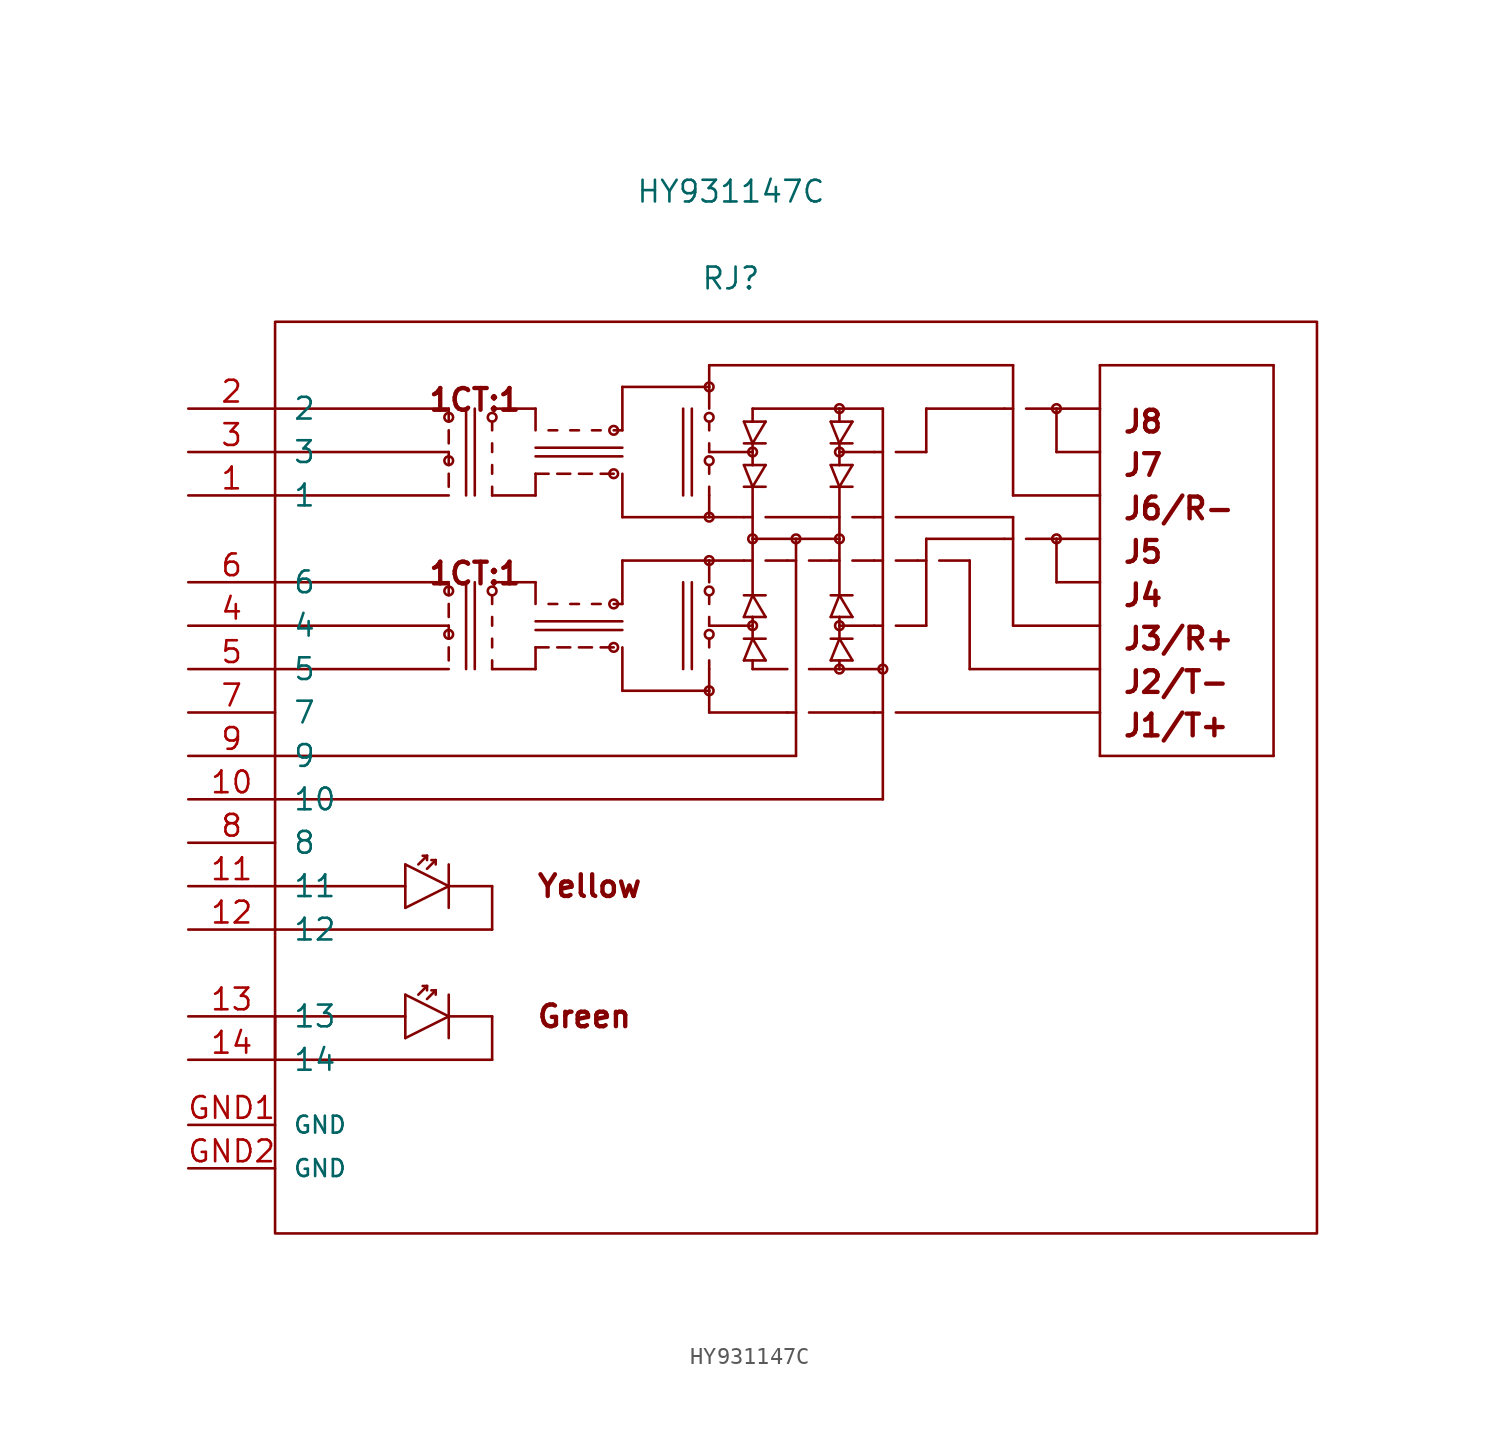
<source format=kicad_sym>
(kicad_symbol_lib
  (version 20220914)
  (generator kicad_symbol_editor)
  (symbol "HY931147C"
    (pin_names
      (offset 1.016))
    (property "Reference" "RJ"
      (at 0 29.21 0)
      (effects (font (size 1.27 1.27))))
    (property "Value" "HY931147C"
      (at 0 34.29 0)
      (effects (font (size 1.27 1.27))))
    (symbol "HY931147C_1_1"
      (rectangle (start -26.67 26.67) (end 34.29 -26.67) (stroke (width 0.152) (type solid)) (fill (type none)))
      (circle (center -16.51 8.382) (radius 0.254) (stroke (width 0.152) (type solid)) (fill (type none)))
      (circle (center -16.51 10.922) (radius 0.254) (stroke (width 0.152) (type solid)) (fill (type none)))
      (circle (center -16.51 18.542) (radius 0.254) (stroke (width 0.152) (type solid)) (fill (type none)))
      (circle (center -16.51 21.082) (radius 0.254) (stroke (width 0.152) (type solid)) (fill (type none)))
      (circle (center -13.97 10.922) (radius 0.254) (stroke (width 0.152) (type solid)) (fill (type none)))
      (circle (center -13.97 21.082) (radius 0.254) (stroke (width 0.152) (type solid)) (fill (type none)))
      (circle (center -6.858 7.62) (radius 0.254) (stroke (width 0.152) (type solid)) (fill (type none)))
      (circle (center -6.858 10.16) (radius 0.254) (stroke (width 0.152) (type solid)) (fill (type none)))
      (circle (center -6.858 17.78) (radius 0.254) (stroke (width 0.152) (type solid)) (fill (type none)))
      (circle (center -6.858 20.32) (radius 0.254) (stroke (width 0.152) (type solid)) (fill (type none)))
      (circle (center -1.27 5.08) (radius 0.254) (stroke (width 0.152) (type solid)) (fill (type none)))
      (circle (center -1.27 8.382) (radius 0.254) (stroke (width 0.152) (type solid)) (fill (type none)))
      (circle (center -1.27 10.922) (radius 0.254) (stroke (width 0.152) (type solid)) (fill (type none)))
      (circle (center -1.27 12.7) (radius 0.254) (stroke (width 0.152) (type solid)) (fill (type none)))
      (circle (center -1.27 15.24) (radius 0.254) (stroke (width 0.152) (type solid)) (fill (type none)))
      (circle (center -1.27 18.542) (radius 0.254) (stroke (width 0.152) (type solid)) (fill (type none)))
      (circle (center -1.27 21.082) (radius 0.254) (stroke (width 0.152) (type solid)) (fill (type none)))
      (circle (center -1.27 22.86) (radius 0.254) (stroke (width 0.152) (type solid)) (fill (type none)))
      (polyline (pts (xy -26.67 -16.51) (xy -26.67 -13.97)) (stroke (width 0.152) (type solid)) (fill (type none)))
      (polyline (pts (xy -26.67 -16.51) (xy -13.97 -16.51)) (stroke (width 0.152) (type solid)) (fill (type none)))
      (polyline (pts (xy -26.67 -13.97) (xy -19.05 -13.97)) (stroke (width 0.152) (type solid)) (fill (type none)))
      (polyline (pts (xy -26.67 -8.89) (xy -13.97 -8.89)) (stroke (width 0.152) (type solid)) (fill (type none)))
      (polyline (pts (xy -26.67 -6.35) (xy -19.05 -6.35)) (stroke (width 0.152) (type solid)) (fill (type none)))
      (polyline (pts (xy -26.67 -1.27) (xy 8.89 -1.27)) (stroke (width 0.152) (type solid)) (fill (type none)))
      (polyline (pts (xy -26.67 1.27) (xy 3.81 1.27)) (stroke (width 0.152) (type solid)) (fill (type none)))
      (polyline (pts (xy -26.67 6.35) (xy -16.51 6.35)) (stroke (width 0.152) (type solid)) (fill (type none)))
      (polyline (pts (xy -26.67 8.89) (xy -16.51 8.89)) (stroke (width 0.152) (type solid)) (fill (type none)))
      (polyline (pts (xy -26.67 19.05) (xy -16.51 19.05)) (stroke (width 0.152) (type solid)) (fill (type none)))
      (polyline (pts (xy -26.67 21.59) (xy -16.51 21.59)) (stroke (width 0.152) (type solid)) (fill (type none)))
      (polyline (pts (xy -19.05 -15.24) (xy -16.51 -13.97)) (stroke (width 0.152) (type solid)) (fill (type none)))
      (polyline (pts (xy -19.05 -12.7) (xy -19.05 -15.24)) (stroke (width 0.152) (type solid)) (fill (type none)))
      (polyline (pts (xy -19.05 -7.62) (xy -16.51 -6.35)) (stroke (width 0.152) (type solid)) (fill (type none)))
      (polyline (pts (xy -19.05 -5.08) (xy -19.05 -7.62)) (stroke (width 0.152) (type solid)) (fill (type none)))
      (polyline (pts (xy -18.288 -12.7) (xy -17.78 -12.192)) (stroke (width 0.152) (type solid)) (fill (type none)))
      (polyline (pts (xy -18.288 -5.08) (xy -17.78 -4.572)) (stroke (width 0.152) (type solid)) (fill (type none)))
      (polyline (pts (xy -17.78 -12.954) (xy -17.272 -12.446)) (stroke (width 0.152) (type solid)) (fill (type none)))
      (polyline (pts (xy -17.78 -12.446) (xy -17.78 -12.192)) (stroke (width 0.152) (type solid)) (fill (type none)))
      (polyline (pts (xy -17.78 -12.192) (xy -18.034 -12.192)) (stroke (width 0.152) (type solid)) (fill (type none)))
      (polyline (pts (xy -17.78 -5.334) (xy -17.272 -4.826)) (stroke (width 0.152) (type solid)) (fill (type none)))
      (polyline (pts (xy -17.78 -4.826) (xy -17.78 -4.572)) (stroke (width 0.152) (type solid)) (fill (type none)))
      (polyline (pts (xy -17.78 -4.572) (xy -18.034 -4.572)) (stroke (width 0.152) (type solid)) (fill (type none)))
      (polyline (pts (xy -17.526 -12.446) (xy -17.272 -12.446)) (stroke (width 0.152) (type solid)) (fill (type none)))
      (polyline (pts (xy -17.526 -4.826) (xy -17.272 -4.826)) (stroke (width 0.152) (type solid)) (fill (type none)))
      (polyline (pts (xy -17.272 -12.446) (xy -17.272 -12.7)) (stroke (width 0.152) (type solid)) (fill (type none)))
      (polyline (pts (xy -17.272 -4.826) (xy -17.272 -5.08)) (stroke (width 0.152) (type solid)) (fill (type none)))
      (polyline (pts (xy -16.51 -13.97) (xy -19.05 -12.7)) (stroke (width 0.152) (type solid)) (fill (type none)))
      (polyline (pts (xy -16.51 -13.97) (xy -16.51 -15.24)) (stroke (width 0.152) (type solid)) (fill (type none)))
      (polyline (pts (xy -16.51 -12.7) (xy -16.51 -13.97)) (stroke (width 0.152) (type solid)) (fill (type none)))
      (polyline (pts (xy -16.51 -6.35) (xy -19.05 -5.08)) (stroke (width 0.152) (type solid)) (fill (type none)))
      (polyline (pts (xy -16.51 -6.35) (xy -16.51 -7.62)) (stroke (width 0.152) (type solid)) (fill (type none)))
      (polyline (pts (xy -16.51 -5.08) (xy -16.51 -6.35)) (stroke (width 0.152) (type solid)) (fill (type none)))
      (polyline (pts (xy -16.51 6.858) (xy -16.51 7.62)) (stroke (width 0.152) (type solid)) (fill (type none)))
      (polyline (pts (xy -16.51 8.128) (xy -16.51 8.89)) (stroke (width 0.152) (type solid)) (fill (type none)))
      (polyline (pts (xy -16.51 9.398) (xy -16.51 10.16)) (stroke (width 0.152) (type solid)) (fill (type none)))
      (polyline (pts (xy -16.51 10.668) (xy -16.51 11.43)) (stroke (width 0.152) (type solid)) (fill (type none)))
      (polyline (pts (xy -16.51 11.43) (xy -26.67 11.43)) (stroke (width 0.152) (type solid)) (fill (type none)))
      (polyline (pts (xy -16.51 16.51) (xy -26.67 16.51)) (stroke (width 0.152) (type solid)) (fill (type none)))
      (polyline (pts (xy -16.51 17.018) (xy -16.51 17.78)) (stroke (width 0.152) (type solid)) (fill (type none)))
      (polyline (pts (xy -16.51 18.288) (xy -16.51 19.05)) (stroke (width 0.152) (type solid)) (fill (type none)))
      (polyline (pts (xy -16.51 19.558) (xy -16.51 20.32)) (stroke (width 0.152) (type solid)) (fill (type none)))
      (polyline (pts (xy -16.51 20.828) (xy -16.51 21.59)) (stroke (width 0.152) (type solid)) (fill (type none)))
      (polyline (pts (xy -15.494 6.35) (xy -15.494 11.43)) (stroke (width 0.152) (type solid)) (fill (type none)))
      (polyline (pts (xy -15.494 16.51) (xy -15.494 21.59)) (stroke (width 0.152) (type solid)) (fill (type none)))
      (polyline (pts (xy -14.986 6.35) (xy -14.986 11.43)) (stroke (width 0.152) (type solid)) (fill (type none)))
      (polyline (pts (xy -14.986 16.51) (xy -14.986 21.59)) (stroke (width 0.152) (type solid)) (fill (type none)))
      (polyline (pts (xy -13.97 -16.51) (xy -13.97 -13.97)) (stroke (width 0.152) (type solid)) (fill (type none)))
      (polyline (pts (xy -13.97 -13.97) (xy -16.51 -13.97)) (stroke (width 0.152) (type solid)) (fill (type none)))
      (polyline (pts (xy -13.97 -8.89) (xy -13.97 -6.35)) (stroke (width 0.152) (type solid)) (fill (type none)))
      (polyline (pts (xy -13.97 -6.35) (xy -16.51 -6.35)) (stroke (width 0.152) (type solid)) (fill (type none)))
      (polyline (pts (xy -13.97 6.35) (xy -11.43 6.35)) (stroke (width 0.152) (type solid)) (fill (type none)))
      (polyline (pts (xy -13.97 6.858) (xy -13.97 6.35)) (stroke (width 0.152) (type solid)) (fill (type none)))
      (polyline (pts (xy -13.97 8.128) (xy -13.97 7.62)) (stroke (width 0.152) (type solid)) (fill (type none)))
      (polyline (pts (xy -13.97 9.398) (xy -13.97 8.89)) (stroke (width 0.152) (type solid)) (fill (type none)))
      (polyline (pts (xy -13.97 10.668) (xy -13.97 10.16)) (stroke (width 0.152) (type solid)) (fill (type none)))
      (polyline (pts (xy -13.97 11.43) (xy -11.43 11.43)) (stroke (width 0.152) (type solid)) (fill (type none)))
      (polyline (pts (xy -13.97 16.51) (xy -11.43 16.51)) (stroke (width 0.152) (type solid)) (fill (type none)))
      (polyline (pts (xy -13.97 17.018) (xy -13.97 16.51)) (stroke (width 0.152) (type solid)) (fill (type none)))
      (polyline (pts (xy -13.97 18.288) (xy -13.97 17.78)) (stroke (width 0.152) (type solid)) (fill (type none)))
      (polyline (pts (xy -13.97 19.558) (xy -13.97 19.05)) (stroke (width 0.152) (type solid)) (fill (type none)))
      (polyline (pts (xy -13.97 20.828) (xy -13.97 20.32)) (stroke (width 0.152) (type solid)) (fill (type none)))
      (polyline (pts (xy -13.97 21.59) (xy -11.43 21.59)) (stroke (width 0.152) (type solid)) (fill (type none)))
      (polyline (pts (xy -11.43 6.35) (xy -11.43 7.62)) (stroke (width 0.152) (type solid)) (fill (type none)))
      (polyline (pts (xy -11.43 8.636) (xy -6.35 8.636)) (stroke (width 0.152) (type solid)) (fill (type none)))
      (polyline (pts (xy -11.43 9.144) (xy -6.35 9.144)) (stroke (width 0.152) (type solid)) (fill (type none)))
      (polyline (pts (xy -11.43 11.43) (xy -11.43 10.16)) (stroke (width 0.152) (type solid)) (fill (type none)))
      (polyline (pts (xy -11.43 16.51) (xy -11.43 17.78)) (stroke (width 0.152) (type solid)) (fill (type none)))
      (polyline (pts (xy -11.43 18.796) (xy -6.35 18.796)) (stroke (width 0.152) (type solid)) (fill (type none)))
      (polyline (pts (xy -11.43 19.304) (xy -6.35 19.304)) (stroke (width 0.152) (type solid)) (fill (type none)))
      (polyline (pts (xy -11.43 21.59) (xy -11.43 20.32)) (stroke (width 0.152) (type solid)) (fill (type none)))
      (polyline (pts (xy -10.668 7.62) (xy -11.43 7.62)) (stroke (width 0.152) (type solid)) (fill (type none)))
      (polyline (pts (xy -10.668 10.16) (xy -10.16 10.16)) (stroke (width 0.152) (type solid)) (fill (type none)))
      (polyline (pts (xy -10.668 17.78) (xy -11.43 17.78)) (stroke (width 0.152) (type solid)) (fill (type none)))
      (polyline (pts (xy -10.668 20.32) (xy -10.16 20.32)) (stroke (width 0.152) (type solid)) (fill (type none)))
      (polyline (pts (xy -9.398 7.62) (xy -10.16 7.62)) (stroke (width 0.152) (type solid)) (fill (type none)))
      (polyline (pts (xy -9.398 10.16) (xy -8.89 10.16)) (stroke (width 0.152) (type solid)) (fill (type none)))
      (polyline (pts (xy -9.398 17.78) (xy -10.16 17.78)) (stroke (width 0.152) (type solid)) (fill (type none)))
      (polyline (pts (xy -9.398 20.32) (xy -8.89 20.32)) (stroke (width 0.152) (type solid)) (fill (type none)))
      (polyline (pts (xy -8.128 7.62) (xy -8.89 7.62)) (stroke (width 0.152) (type solid)) (fill (type none)))
      (polyline (pts (xy -8.128 10.16) (xy -7.62 10.16)) (stroke (width 0.152) (type solid)) (fill (type none)))
      (polyline (pts (xy -8.128 17.78) (xy -8.89 17.78)) (stroke (width 0.152) (type solid)) (fill (type none)))
      (polyline (pts (xy -8.128 20.32) (xy -7.62 20.32)) (stroke (width 0.152) (type solid)) (fill (type none)))
      (polyline (pts (xy -6.858 7.62) (xy -7.62 7.62)) (stroke (width 0.152) (type solid)) (fill (type none)))
      (polyline (pts (xy -6.858 10.16) (xy -6.35 10.16)) (stroke (width 0.152) (type solid)) (fill (type none)))
      (polyline (pts (xy -6.858 17.78) (xy -7.62 17.78)) (stroke (width 0.152) (type solid)) (fill (type none)))
      (polyline (pts (xy -6.858 20.32) (xy -6.35 20.32)) (stroke (width 0.152) (type solid)) (fill (type none)))
      (polyline (pts (xy -6.35 5.08) (xy -1.27 5.08)) (stroke (width 0.152) (type solid)) (fill (type none)))
      (polyline (pts (xy -6.35 7.62) (xy -6.35 5.08)) (stroke (width 0.152) (type solid)) (fill (type none)))
      (polyline (pts (xy -6.35 10.16) (xy -6.35 12.7)) (stroke (width 0.152) (type solid)) (fill (type none)))
      (polyline (pts (xy -6.35 12.7) (xy -1.27 12.7)) (stroke (width 0.152) (type solid)) (fill (type none)))
      (polyline (pts (xy -6.35 15.24) (xy -1.27 15.24)) (stroke (width 0.152) (type solid)) (fill (type none)))
      (polyline (pts (xy -6.35 17.78) (xy -6.35 15.24)) (stroke (width 0.152) (type solid)) (fill (type none)))
      (polyline (pts (xy -6.35 20.32) (xy -6.35 22.86)) (stroke (width 0.152) (type solid)) (fill (type none)))
      (polyline (pts (xy -6.35 22.86) (xy -1.27 22.86)) (stroke (width 0.152) (type solid)) (fill (type none)))
      (polyline (pts (xy -2.794 11.43) (xy -2.794 6.35)) (stroke (width 0.152) (type solid)) (fill (type none)))
      (polyline (pts (xy -2.794 21.59) (xy -2.794 16.51)) (stroke (width 0.152) (type solid)) (fill (type none)))
      (polyline (pts (xy -2.286 11.43) (xy -2.286 6.35)) (stroke (width 0.152) (type solid)) (fill (type none)))
      (polyline (pts (xy -2.286 21.59) (xy -2.286 16.51)) (stroke (width 0.152) (type solid)) (fill (type none)))
      (polyline (pts (xy -1.27 3.81) (xy 3.302 3.81)) (stroke (width 0.152) (type solid)) (fill (type none)))
      (polyline (pts (xy -1.27 5.08) (xy -1.27 3.81)) (stroke (width 0.152) (type solid)) (fill (type none)))
      (polyline (pts (xy -1.27 5.08) (xy -1.27 6.35)) (stroke (width 0.152) (type solid)) (fill (type none)))
      (polyline (pts (xy -1.27 6.858) (xy -1.27 6.35)) (stroke (width 0.152) (type solid)) (fill (type none)))
      (polyline (pts (xy -1.27 8.128) (xy -1.27 7.62)) (stroke (width 0.152) (type solid)) (fill (type none)))
      (polyline (pts (xy -1.27 9.398) (xy -1.27 8.89)) (stroke (width 0.152) (type solid)) (fill (type none)))
      (polyline (pts (xy -1.27 10.668) (xy -1.27 10.16)) (stroke (width 0.152) (type solid)) (fill (type none)))
      (polyline (pts (xy -1.27 12.7) (xy -1.27 11.43)) (stroke (width 0.152) (type solid)) (fill (type none)))
      (polyline (pts (xy -1.27 12.7) (xy 0.762 12.7)) (stroke (width 0.152) (type solid)) (fill (type none)))
      (polyline (pts (xy -1.27 16.51) (xy -1.27 15.24)) (stroke (width 0.152) (type solid)) (fill (type none)))
      (polyline (pts (xy -1.27 17.018) (xy -1.27 16.51)) (stroke (width 0.152) (type solid)) (fill (type none)))
      (polyline (pts (xy -1.27 18.288) (xy -1.27 17.78)) (stroke (width 0.152) (type solid)) (fill (type none)))
      (polyline (pts (xy -1.27 19.558) (xy -1.27 19.05)) (stroke (width 0.152) (type solid)) (fill (type none)))
      (polyline (pts (xy -1.27 20.828) (xy -1.27 20.32)) (stroke (width 0.152) (type solid)) (fill (type none)))
      (polyline (pts (xy -1.27 22.86) (xy -1.27 21.59)) (stroke (width 0.152) (type solid)) (fill (type none)))
      (polyline (pts (xy -1.27 22.86) (xy -1.27 24.13)) (stroke (width 0.152) (type solid)) (fill (type none)))
      (polyline (pts (xy -1.27 24.13) (xy 16.51 24.13)) (stroke (width 0.152) (type solid)) (fill (type none)))
      (polyline (pts (xy 0.762 6.858) (xy 1.27 6.858)) (stroke (width 0.152) (type solid)) (fill (type none)))
      (polyline (pts (xy 0.762 8.128) (xy 1.27 8.128)) (stroke (width 0.152) (type solid)) (fill (type none)))
      (polyline (pts (xy 0.762 9.398) (xy 1.27 9.398)) (stroke (width 0.152) (type solid)) (fill (type none)))
      (polyline (pts (xy 0.762 10.668) (xy 1.27 10.668)) (stroke (width 0.152) (type solid)) (fill (type none)))
      (polyline (pts (xy 0.762 15.24) (xy -1.27 15.24)) (stroke (width 0.152) (type solid)) (fill (type none)))
      (polyline (pts (xy 0.762 18.288) (xy 1.27 17.018)) (stroke (width 0.152) (type solid)) (fill (type none)))
      (polyline (pts (xy 0.762 20.828) (xy 1.27 19.558)) (stroke (width 0.152) (type solid)) (fill (type none)))
      (polyline (pts (xy 1.27 6.35) (xy 3.302 6.35)) (stroke (width 0.152) (type solid)) (fill (type none)))
      (polyline (pts (xy 1.27 6.858) (xy 1.27 6.35)) (stroke (width 0.152) (type solid)) (fill (type none)))
      (polyline (pts (xy 1.27 6.858) (xy 2.032 6.858)) (stroke (width 0.152) (type solid)) (fill (type none)))
      (polyline (pts (xy 1.27 8.128) (xy 0.762 6.858)) (stroke (width 0.152) (type solid)) (fill (type none)))
      (polyline (pts (xy 1.27 8.128) (xy 1.27 8.89)) (stroke (width 0.152) (type solid)) (fill (type none)))
      (polyline (pts (xy 1.27 8.128) (xy 2.032 8.128)) (stroke (width 0.152) (type solid)) (fill (type none)))
      (polyline (pts (xy 1.27 8.89) (xy -1.27 8.89)) (stroke (width 0.152) (type solid)) (fill (type none)))
      (polyline (pts (xy 1.27 8.89) (xy 1.27 9.398)) (stroke (width 0.152) (type solid)) (fill (type none)))
      (polyline (pts (xy 1.27 9.398) (xy 2.032 9.398)) (stroke (width 0.152) (type solid)) (fill (type none)))
      (polyline (pts (xy 1.27 10.668) (xy 0.762 9.398)) (stroke (width 0.152) (type solid)) (fill (type none)))
      (polyline (pts (xy 1.27 10.668) (xy 2.032 10.668)) (stroke (width 0.152) (type solid)) (fill (type none)))
      (polyline (pts (xy 1.27 12.7) (xy 0.762 12.7)) (stroke (width 0.152) (type solid)) (fill (type none)))
      (polyline (pts (xy 1.27 13.97) (xy 1.27 10.668)) (stroke (width 0.152) (type solid)) (fill (type none)))
      (polyline (pts (xy 1.27 13.97) (xy 3.81 13.97)) (stroke (width 0.152) (type solid)) (fill (type none)))
      (polyline (pts (xy 1.27 15.24) (xy 0.762 15.24)) (stroke (width 0.152) (type solid)) (fill (type none)))
      (polyline (pts (xy 1.27 17.018) (xy 0.762 17.018)) (stroke (width 0.152) (type solid)) (fill (type none)))
      (polyline (pts (xy 1.27 17.018) (xy 1.27 13.97)) (stroke (width 0.152) (type solid)) (fill (type none)))
      (polyline (pts (xy 1.27 17.018) (xy 2.032 18.288)) (stroke (width 0.152) (type solid)) (fill (type none)))
      (polyline (pts (xy 1.27 18.288) (xy 0.762 18.288)) (stroke (width 0.152) (type solid)) (fill (type none)))
      (polyline (pts (xy 1.27 19.05) (xy -1.27 19.05)) (stroke (width 0.152) (type solid)) (fill (type none)))
      (polyline (pts (xy 1.27 19.05) (xy 1.27 18.288)) (stroke (width 0.152) (type solid)) (fill (type none)))
      (polyline (pts (xy 1.27 19.558) (xy 0.762 19.558)) (stroke (width 0.152) (type solid)) (fill (type none)))
      (polyline (pts (xy 1.27 19.558) (xy 1.27 19.05)) (stroke (width 0.152) (type solid)) (fill (type none)))
      (polyline (pts (xy 1.27 19.558) (xy 2.032 20.828)) (stroke (width 0.152) (type solid)) (fill (type none)))
      (polyline (pts (xy 1.27 20.828) (xy 0.762 20.828)) (stroke (width 0.152) (type solid)) (fill (type none)))
      (polyline (pts (xy 1.27 20.828) (xy 1.27 21.59)) (stroke (width 0.152) (type solid)) (fill (type none)))
      (polyline (pts (xy 1.27 21.59) (xy 6.35 21.59)) (stroke (width 0.152) (type solid)) (fill (type none)))
      (polyline (pts (xy 2.032 6.858) (xy 1.27 8.128)) (stroke (width 0.152) (type solid)) (fill (type none)))
      (polyline (pts (xy 2.032 9.398) (xy 1.27 10.668)) (stroke (width 0.152) (type solid)) (fill (type none)))
      (polyline (pts (xy 2.032 12.7) (xy 3.302 12.7)) (stroke (width 0.152) (type solid)) (fill (type none)))
      (polyline (pts (xy 2.032 15.24) (xy 5.842 15.24)) (stroke (width 0.152) (type solid)) (fill (type none)))
      (polyline (pts (xy 2.032 17.018) (xy 1.27 17.018)) (stroke (width 0.152) (type solid)) (fill (type none)))
      (polyline (pts (xy 2.032 18.288) (xy 1.27 18.288)) (stroke (width 0.152) (type solid)) (fill (type none)))
      (polyline (pts (xy 2.032 19.558) (xy 1.27 19.558)) (stroke (width 0.152) (type solid)) (fill (type none)))
      (polyline (pts (xy 2.032 20.828) (xy 1.27 20.828)) (stroke (width 0.152) (type solid)) (fill (type none)))
      (polyline (pts (xy 3.81 1.27) (xy 3.81 13.97)) (stroke (width 0.152) (type solid)) (fill (type none)))
      (polyline (pts (xy 3.81 3.81) (xy 3.302 3.81)) (stroke (width 0.152) (type solid)) (fill (type none)))
      (polyline (pts (xy 3.81 12.7) (xy 3.302 12.7)) (stroke (width 0.152) (type solid)) (fill (type none)))
      (polyline (pts (xy 3.81 13.97) (xy 6.35 13.97)) (stroke (width 0.152) (type solid)) (fill (type none)))
      (polyline (pts (xy 4.572 3.81) (xy 8.382 3.81)) (stroke (width 0.152) (type solid)) (fill (type none)))
      (polyline (pts (xy 4.572 6.35) (xy 6.35 6.35)) (stroke (width 0.152) (type solid)) (fill (type none)))
      (polyline (pts (xy 4.572 12.7) (xy 5.842 12.7)) (stroke (width 0.152) (type solid)) (fill (type none)))
      (polyline (pts (xy 5.842 6.858) (xy 6.35 6.858)) (stroke (width 0.152) (type solid)) (fill (type none)))
      (polyline (pts (xy 5.842 8.128) (xy 6.35 8.128)) (stroke (width 0.152) (type solid)) (fill (type none)))
      (polyline (pts (xy 5.842 9.398) (xy 6.35 9.398)) (stroke (width 0.152) (type solid)) (fill (type none)))
      (polyline (pts (xy 5.842 10.668) (xy 6.35 10.668)) (stroke (width 0.152) (type solid)) (fill (type none)))
      (polyline (pts (xy 5.842 18.288) (xy 6.35 17.018)) (stroke (width 0.152) (type solid)) (fill (type none)))
      (polyline (pts (xy 5.842 20.828) (xy 6.35 19.558)) (stroke (width 0.152) (type solid)) (fill (type none)))
      (polyline (pts (xy 6.35 6.35) (xy 8.89 6.35)) (stroke (width 0.152) (type solid)) (fill (type none)))
      (polyline (pts (xy 6.35 6.858) (xy 6.35 6.35)) (stroke (width 0.152) (type solid)) (fill (type none)))
      (polyline (pts (xy 6.35 6.858) (xy 7.112 6.858)) (stroke (width 0.152) (type solid)) (fill (type none)))
      (polyline (pts (xy 6.35 8.128) (xy 5.842 6.858)) (stroke (width 0.152) (type solid)) (fill (type none)))
      (polyline (pts (xy 6.35 8.128) (xy 6.35 8.89)) (stroke (width 0.152) (type solid)) (fill (type none)))
      (polyline (pts (xy 6.35 8.128) (xy 7.112 8.128)) (stroke (width 0.152) (type solid)) (fill (type none)))
      (polyline (pts (xy 6.35 8.89) (xy 6.35 9.398)) (stroke (width 0.152) (type solid)) (fill (type none)))
      (polyline (pts (xy 6.35 8.89) (xy 8.382 8.89)) (stroke (width 0.152) (type solid)) (fill (type none)))
      (polyline (pts (xy 6.35 9.398) (xy 7.112 9.398)) (stroke (width 0.152) (type solid)) (fill (type none)))
      (polyline (pts (xy 6.35 10.668) (xy 5.842 9.398)) (stroke (width 0.152) (type solid)) (fill (type none)))
      (polyline (pts (xy 6.35 10.668) (xy 7.112 10.668)) (stroke (width 0.152) (type solid)) (fill (type none)))
      (polyline (pts (xy 6.35 12.7) (xy 5.842 12.7)) (stroke (width 0.152) (type solid)) (fill (type none)))
      (polyline (pts (xy 6.35 13.97) (xy 6.35 10.668)) (stroke (width 0.152) (type solid)) (fill (type none)))
      (polyline (pts (xy 6.35 15.24) (xy 5.842 15.24)) (stroke (width 0.152) (type solid)) (fill (type none)))
      (polyline (pts (xy 6.35 17.018) (xy 5.842 17.018)) (stroke (width 0.152) (type solid)) (fill (type none)))
      (polyline (pts (xy 6.35 17.018) (xy 6.35 13.97)) (stroke (width 0.152) (type solid)) (fill (type none)))
      (polyline (pts (xy 6.35 17.018) (xy 7.112 18.288)) (stroke (width 0.152) (type solid)) (fill (type none)))
      (polyline (pts (xy 6.35 18.288) (xy 5.842 18.288)) (stroke (width 0.152) (type solid)) (fill (type none)))
      (polyline (pts (xy 6.35 19.05) (xy 6.35 18.288)) (stroke (width 0.152) (type solid)) (fill (type none)))
      (polyline (pts (xy 6.35 19.05) (xy 8.382 19.05)) (stroke (width 0.152) (type solid)) (fill (type none)))
      (polyline (pts (xy 6.35 19.558) (xy 5.842 19.558)) (stroke (width 0.152) (type solid)) (fill (type none)))
      (polyline (pts (xy 6.35 19.558) (xy 6.35 19.05)) (stroke (width 0.152) (type solid)) (fill (type none)))
      (polyline (pts (xy 6.35 19.558) (xy 7.112 20.828)) (stroke (width 0.152) (type solid)) (fill (type none)))
      (polyline (pts (xy 6.35 20.828) (xy 5.842 20.828)) (stroke (width 0.152) (type solid)) (fill (type none)))
      (polyline (pts (xy 6.35 20.828) (xy 6.35 21.59)) (stroke (width 0.152) (type solid)) (fill (type none)))
      (polyline (pts (xy 7.112 6.858) (xy 6.35 8.128)) (stroke (width 0.152) (type solid)) (fill (type none)))
      (polyline (pts (xy 7.112 9.398) (xy 6.35 10.668)) (stroke (width 0.152) (type solid)) (fill (type none)))
      (polyline (pts (xy 7.112 12.7) (xy 8.382 12.7)) (stroke (width 0.152) (type solid)) (fill (type none)))
      (polyline (pts (xy 7.112 15.24) (xy 8.382 15.24)) (stroke (width 0.152) (type solid)) (fill (type none)))
      (polyline (pts (xy 7.112 17.018) (xy 6.35 17.018)) (stroke (width 0.152) (type solid)) (fill (type none)))
      (polyline (pts (xy 7.112 18.288) (xy 6.35 18.288)) (stroke (width 0.152) (type solid)) (fill (type none)))
      (polyline (pts (xy 7.112 19.558) (xy 6.35 19.558)) (stroke (width 0.152) (type solid)) (fill (type none)))
      (polyline (pts (xy 7.112 20.828) (xy 6.35 20.828)) (stroke (width 0.152) (type solid)) (fill (type none)))
      (polyline (pts (xy 8.89 -1.27) (xy 8.89 6.35)) (stroke (width 0.152) (type solid)) (fill (type none)))
      (polyline (pts (xy 8.89 3.81) (xy 8.382 3.81)) (stroke (width 0.152) (type solid)) (fill (type none)))
      (polyline (pts (xy 8.89 6.35) (xy 8.89 21.59)) (stroke (width 0.152) (type solid)) (fill (type none)))
      (polyline (pts (xy 8.89 8.89) (xy 8.382 8.89)) (stroke (width 0.152) (type solid)) (fill (type none)))
      (polyline (pts (xy 8.89 12.7) (xy 8.382 12.7)) (stroke (width 0.152) (type solid)) (fill (type none)))
      (polyline (pts (xy 8.89 15.24) (xy 8.382 15.24)) (stroke (width 0.152) (type solid)) (fill (type none)))
      (polyline (pts (xy 8.89 19.05) (xy 8.382 19.05)) (stroke (width 0.152) (type solid)) (fill (type none)))
      (polyline (pts (xy 8.89 21.59) (xy 6.35 21.59)) (stroke (width 0.152) (type solid)) (fill (type none)))
      (polyline (pts (xy 9.652 3.81) (xy 21.59 3.81)) (stroke (width 0.152) (type solid)) (fill (type none)))
      (polyline (pts (xy 9.652 8.89) (xy 11.43 8.89)) (stroke (width 0.152) (type solid)) (fill (type none)))
      (polyline (pts (xy 9.652 12.7) (xy 10.922 12.7)) (stroke (width 0.152) (type solid)) (fill (type none)))
      (polyline (pts (xy 9.652 15.24) (xy 16.51 15.24)) (stroke (width 0.152) (type solid)) (fill (type none)))
      (polyline (pts (xy 9.652 19.05) (xy 11.43 19.05)) (stroke (width 0.152) (type solid)) (fill (type none)))
      (polyline (pts (xy 11.43 8.89) (xy 11.43 13.97)) (stroke (width 0.152) (type solid)) (fill (type none)))
      (polyline (pts (xy 11.43 12.7) (xy 10.922 12.7)) (stroke (width 0.152) (type solid)) (fill (type none)))
      (polyline (pts (xy 11.43 13.97) (xy 16.002 13.97)) (stroke (width 0.152) (type solid)) (fill (type none)))
      (polyline (pts (xy 11.43 19.05) (xy 11.43 21.59)) (stroke (width 0.152) (type solid)) (fill (type none)))
      (polyline (pts (xy 11.43 21.59) (xy 16.002 21.59)) (stroke (width 0.152) (type solid)) (fill (type none)))
      (polyline (pts (xy 12.192 12.7) (xy 13.97 12.7)) (stroke (width 0.152) (type solid)) (fill (type none)))
      (polyline (pts (xy 13.97 6.35) (xy 21.59 6.35)) (stroke (width 0.152) (type solid)) (fill (type none)))
      (polyline (pts (xy 13.97 12.7) (xy 13.97 6.35)) (stroke (width 0.152) (type solid)) (fill (type none)))
      (polyline (pts (xy 16.51 8.89) (xy 21.59 8.89)) (stroke (width 0.152) (type solid)) (fill (type none)))
      (polyline (pts (xy 16.51 13.97) (xy 16.002 13.97)) (stroke (width 0.152) (type solid)) (fill (type none)))
      (polyline (pts (xy 16.51 15.24) (xy 16.51 8.89)) (stroke (width 0.152) (type solid)) (fill (type none)))
      (polyline (pts (xy 16.51 16.51) (xy 21.59 16.51)) (stroke (width 0.152) (type solid)) (fill (type none)))
      (polyline (pts (xy 16.51 21.59) (xy 16.002 21.59)) (stroke (width 0.152) (type solid)) (fill (type none)))
      (polyline (pts (xy 16.51 24.13) (xy 16.51 16.51)) (stroke (width 0.152) (type solid)) (fill (type none)))
      (polyline (pts (xy 17.272 13.97) (xy 19.05 13.97)) (stroke (width 0.152) (type solid)) (fill (type none)))
      (polyline (pts (xy 17.272 21.59) (xy 19.05 21.59)) (stroke (width 0.152) (type solid)) (fill (type none)))
      (polyline (pts (xy 19.05 11.43) (xy 19.05 13.97)) (stroke (width 0.152) (type solid)) (fill (type none)))
      (polyline (pts (xy 19.05 13.97) (xy 21.59 13.97)) (stroke (width 0.152) (type solid)) (fill (type none)))
      (polyline (pts (xy 19.05 19.05) (xy 21.59 19.05)) (stroke (width 0.152) (type solid)) (fill (type none)))
      (polyline (pts (xy 19.05 21.59) (xy 19.05 19.05)) (stroke (width 0.152) (type solid)) (fill (type none)))
      (polyline (pts (xy 21.59 1.27) (xy 31.75 1.27)) (stroke (width 0.152) (type solid)) (fill (type none)))
      (polyline (pts (xy 21.59 3.81) (xy 21.59 1.27)) (stroke (width 0.152) (type solid)) (fill (type none)))
      (polyline (pts (xy 21.59 6.35) (xy 21.59 3.81)) (stroke (width 0.152) (type solid)) (fill (type none)))
      (polyline (pts (xy 21.59 8.89) (xy 21.59 6.35)) (stroke (width 0.152) (type solid)) (fill (type none)))
      (polyline (pts (xy 21.59 11.43) (xy 19.05 11.43)) (stroke (width 0.152) (type solid)) (fill (type none)))
      (polyline (pts (xy 21.59 11.43) (xy 21.59 8.89)) (stroke (width 0.152) (type solid)) (fill (type none)))
      (polyline (pts (xy 21.59 13.97) (xy 21.59 11.43)) (stroke (width 0.152) (type solid)) (fill (type none)))
      (polyline (pts (xy 21.59 16.51) (xy 21.59 13.97)) (stroke (width 0.152) (type solid)) (fill (type none)))
      (polyline (pts (xy 21.59 19.05) (xy 21.59 16.51)) (stroke (width 0.152) (type solid)) (fill (type none)))
      (polyline (pts (xy 21.59 21.59) (xy 19.05 21.59)) (stroke (width 0.152) (type solid)) (fill (type none)))
      (polyline (pts (xy 21.59 21.59) (xy 21.59 19.05)) (stroke (width 0.152) (type solid)) (fill (type none)))
      (polyline (pts (xy 21.59 24.13) (xy 21.59 21.59)) (stroke (width 0.152) (type solid)) (fill (type none)))
      (polyline (pts (xy 31.75 1.27) (xy 31.75 24.13)) (stroke (width 0.152) (type solid)) (fill (type none)))
      (polyline (pts (xy 31.75 24.13) (xy 21.59 24.13)) (stroke (width 0.152) (type solid)) (fill (type none)))
      (circle (center 1.27 8.89) (radius 0.254) (stroke (width 0.152) (type solid)) (fill (type none)))
      (circle (center 1.27 13.97) (radius 0.254) (stroke (width 0.152) (type solid)) (fill (type none)))
      (circle (center 1.27 19.05) (radius 0.254) (stroke (width 0.152) (type solid)) (fill (type none)))
      (circle (center 3.81 13.97) (radius 0.254) (stroke (width 0.152) (type solid)) (fill (type none)))
      (circle (center 6.35 6.35) (radius 0.254) (stroke (width 0.152) (type solid)) (fill (type none)))
      (circle (center 6.35 8.89) (radius 0.254) (stroke (width 0.152) (type solid)) (fill (type none)))
      (circle (center 6.35 13.97) (radius 0.254) (stroke (width 0.152) (type solid)) (fill (type none)))
      (circle (center 6.35 19.05) (radius 0.254) (stroke (width 0.152) (type solid)) (fill (type none)))
      (circle (center 6.35 21.59) (radius 0.254) (stroke (width 0.152) (type solid)) (fill (type none)))
      (circle (center 8.89 6.35) (radius 0.254) (stroke (width 0.152) (type solid)) (fill (type none)))
      (circle (center 19.05 13.97) (radius 0.254) (stroke (width 0.152) (type solid)) (fill (type none)))
      (circle (center 19.05 21.59) (radius 0.254) (stroke (width 0.152) (type solid)) (fill (type none)))
      (text "1CT:1" (at -17.78 11.938 0) (effects (font (size 1.27 1.27) bold) (justify left)))
      (text "1CT:1" (at -17.78 22.098 0) (effects (font (size 1.27 1.27) bold) (justify left)))
      (text "Green" (at -11.43 -13.97 0) (effects (font (size 1.27 1.27) bold) (justify left)))
      (text "J1/T+" (at 22.86 3.048 0) (effects (font (size 1.27 1.27) bold) (justify left)))
      (text "J2/T-" (at 22.86 5.588 0) (effects (font (size 1.27 1.27) bold) (justify left)))
      (text "J3/R+" (at 22.86 8.128 0) (effects (font (size 1.27 1.27) bold) (justify left)))
      (text "J4" (at 22.86 10.668 0) (effects (font (size 1.27 1.27) bold) (justify left)))
      (text "J5" (at 22.86 13.208 0) (effects (font (size 1.27 1.27) bold) (justify left)))
      (text "J6/R-" (at 22.86 15.748 0) (effects (font (size 1.27 1.27) bold) (justify left)))
      (text "J7" (at 22.86 18.288 0) (effects (font (size 1.27 1.27) bold) (justify left)))
      (text "J8" (at 22.86 20.828 0) (effects (font (size 1.27 1.27) bold) (justify left)))
      (text "Yellow" (at -11.43 -6.35 0) (effects (font (size 1.27 1.27) bold) (justify left)))
      (pin input line (at -31.75 16.51 0) (length 5.08) (name "1" (effects (font (size 1.27 1.27)))) (number "1" (effects (font (size 1.27 1.27)))))
      (pin input line (at -31.75 -1.27 0) (length 5.08) (name "10" (effects (font (size 1.27 1.27)))) (number "10" (effects (font (size 1.27 1.27)))))
      (pin input line (at -31.75 -6.35 0) (length 5.08) (name "11" (effects (font (size 1.27 1.27)))) (number "11" (effects (font (size 1.27 1.27)))))
      (pin input line (at -31.75 -8.89 0) (length 5.08) (name "12" (effects (font (size 1.27 1.27)))) (number "12" (effects (font (size 1.27 1.27)))))
      (pin input line (at -31.75 -13.97 0) (length 5.08) (name "13" (effects (font (size 1.27 1.27)))) (number "13" (effects (font (size 1.27 1.27)))))
      (pin input line (at -31.75 -16.51 0) (length 5.08) (name "14" (effects (font (size 1.27 1.27)))) (number "14" (effects (font (size 1.27 1.27)))))
      (pin input line (at -31.75 21.59 0) (length 5.08) (name "2" (effects (font (size 1.27 1.27)))) (number "2" (effects (font (size 1.27 1.27)))))
      (pin input line (at -31.75 19.05 0) (length 5.08) (name "3" (effects (font (size 1.27 1.27)))) (number "3" (effects (font (size 1.27 1.27)))))
      (pin input line (at -31.75 8.89 0) (length 5.08) (name "4" (effects (font (size 1.27 1.27)))) (number "4" (effects (font (size 1.27 1.27)))))
      (pin input line (at -31.75 6.35 0) (length 5.08) (name "5" (effects (font (size 1.27 1.27)))) (number "5" (effects (font (size 1.27 1.27)))))
      (pin input line (at -31.75 11.43 0) (length 5.08) (name "6" (effects (font (size 1.27 1.27)))) (number "6" (effects (font (size 1.27 1.27)))))
      (pin input line (at -31.75 3.81 0) (length 5.08) (name "7" (effects (font (size 1.27 1.27)))) (number "7" (effects (font (size 1.27 1.27)))))
      (pin input line (at -31.75 -3.81 0) (length 5.08) (name "8" (effects (font (size 1.27 1.27)))) (number "8" (effects (font (size 1.27 1.27)))))
      (pin input line (at -31.75 1.27 0) (length 5.08) (name "9" (effects (font (size 1.27 1.27)))) (number "9" (effects (font (size 1.27 1.27)))))
      (pin power_in line (at -31.75 -20.32 0) (length 5.08) (name "GND" (effects (font (size 0.991 0.991)))) (number "GND1" (effects (font (size 1.27 1.27)))))
      (pin power_in line (at -31.75 -22.86 0) (length 5.08) (name "GND" (effects (font (size 0.991 0.991)))) (number "GND2" (effects (font (size 1.27 1.27))))))))
</source>
